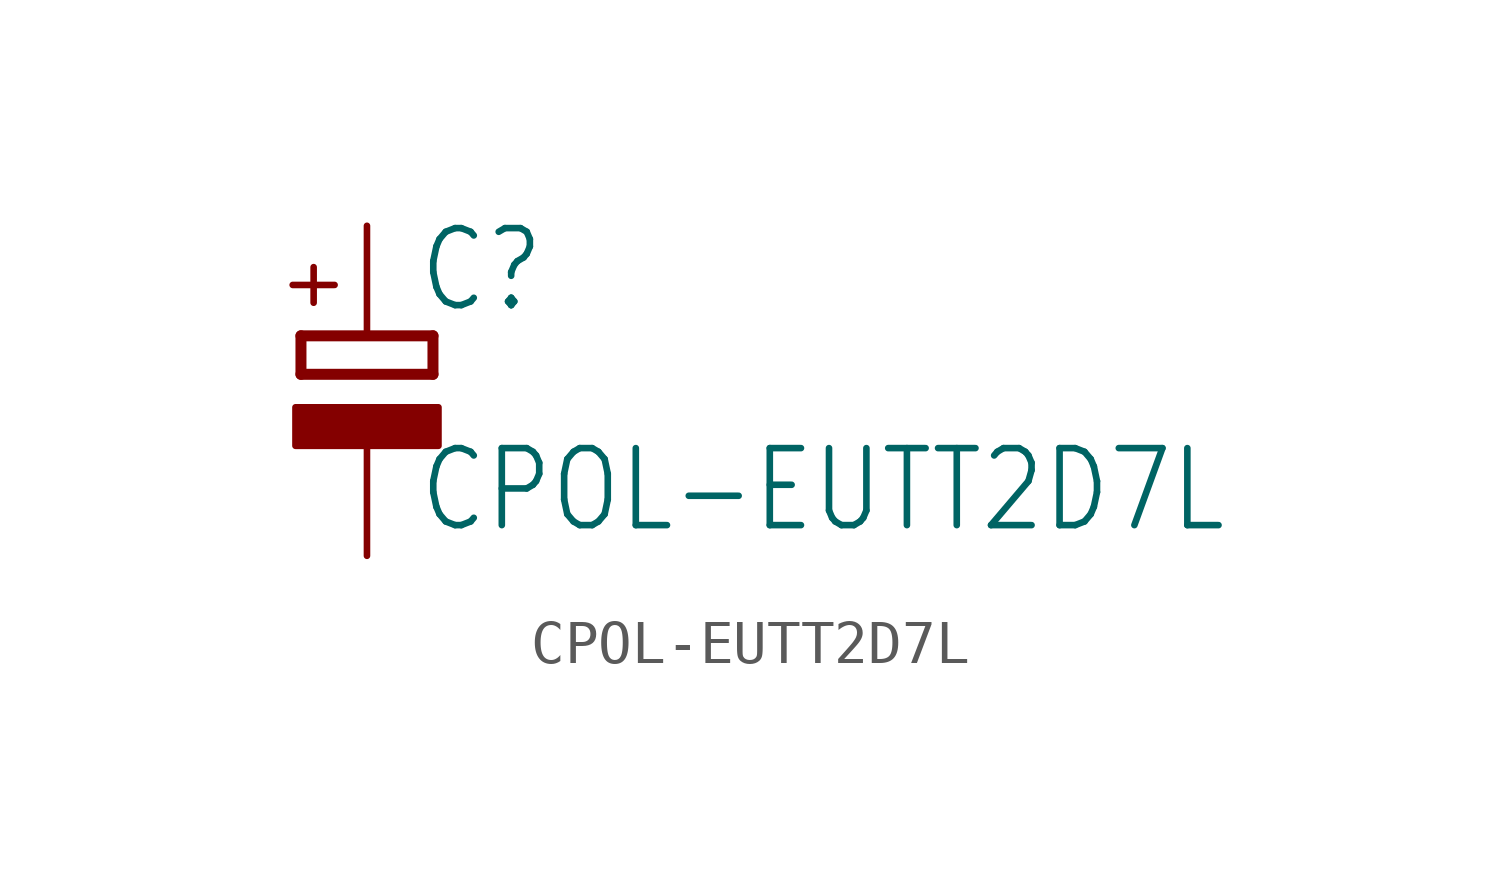
<source format=kicad_sym>
(kicad_symbol_lib
  (version 20211014)
  (generator kicad_symbol_editor)
  (symbol "CPOL-EUTT2D7L"
    (property "Reference" "C"
      (at 1.143 0.483 0)
      (effects (font (size 1.778 1.511)) (justify left bottom)))
    (property "Value" "CPOL-EUTT2D7L"
      (at 1.143 -4.597 0)
      (effects (font (size 1.778 1.511)) (justify left bottom)))
    (property "ki_locked" ""
      (at 0 0 0)
      (effects (font (size 1.27 1.27))))
    (symbol "CPOL-EUTT2D7L_1_0"
      (rectangle (start -1.651 -2.54) (end 1.651 -1.651) (stroke (width 0) (type default) (color 0 0 0 0)) (fill (type outline)))
      (polyline (pts (xy -1.524 -0.889) (xy 1.524 -0.889)) (stroke (width 0.254) (type default) (color 0 0 0 0)) (fill (type none)))
      (polyline (pts (xy -1.524 0) (xy -1.524 -0.889)) (stroke (width 0.254) (type default) (color 0 0 0 0)) (fill (type none)))
      (polyline (pts (xy -1.524 0) (xy 1.524 0)) (stroke (width 0.254) (type default) (color 0 0 0 0)) (fill (type none)))
      (polyline (pts (xy 1.524 -0.889) (xy 1.524 0)) (stroke (width 0.254) (type default) (color 0 0 0 0)) (fill (type none)))
      (text "+" (at -0.584 0.406 900) (effects (font (size 1.27 1.079)) (justify left bottom)))
      (pin passive line (at 0 2.54 270) (length 2.54) (name "+" (effects (font (size 0 0)))) (number "+" (effects (font (size 0 0)))))
      (pin passive line (at 0 -5.08 90) (length 2.54) (name "-" (effects (font (size 0 0)))) (number "-" (effects (font (size 0 0))))))))
</source>
